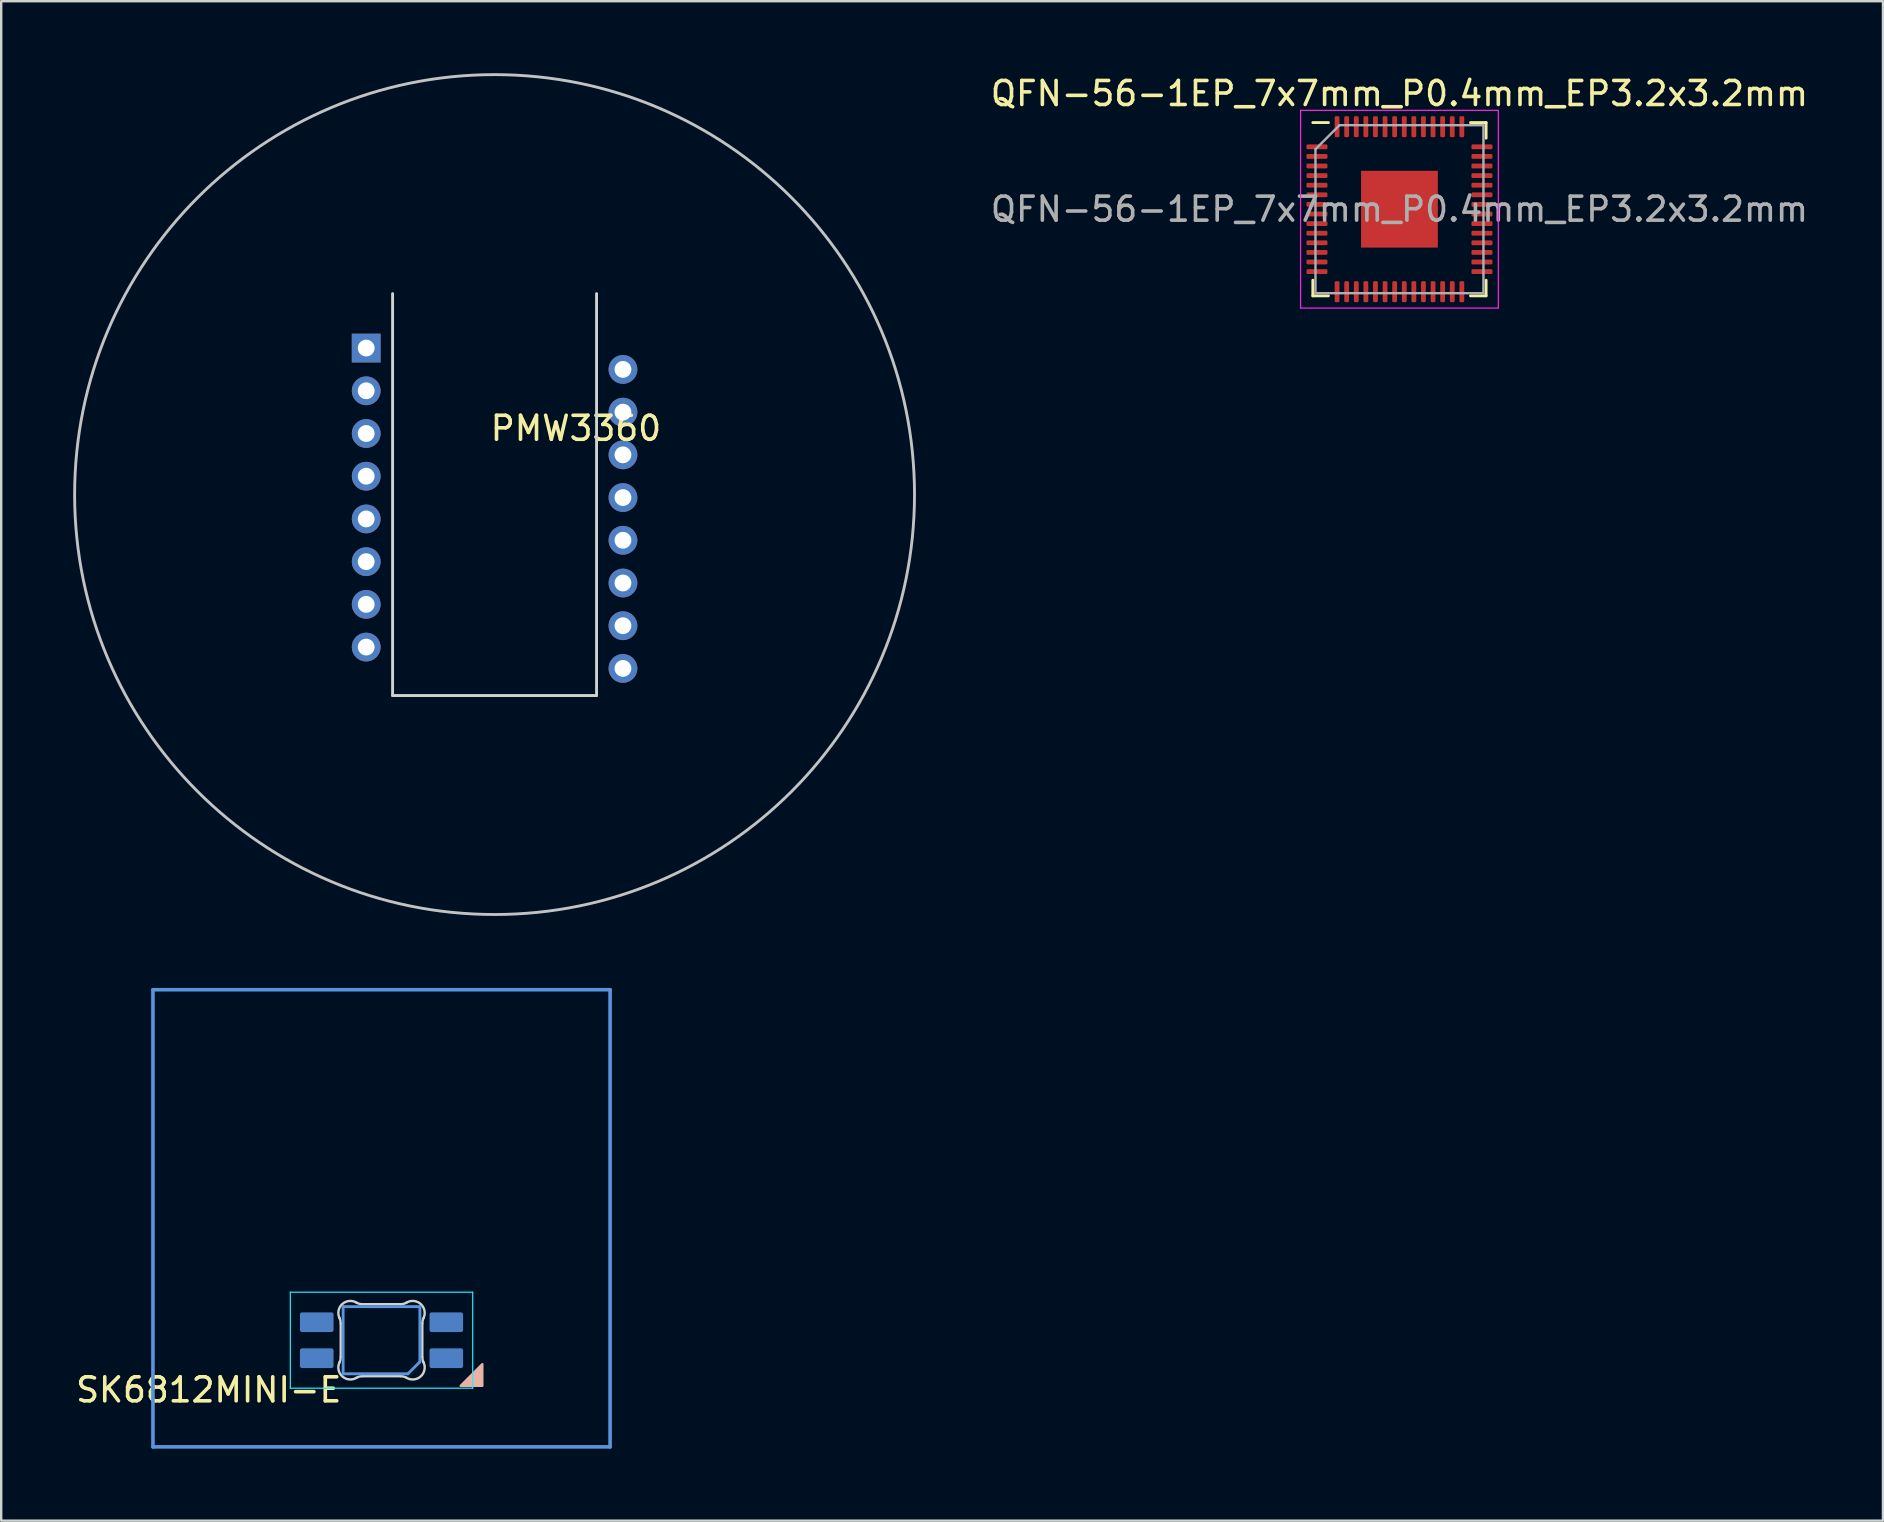
<source format=kicad_pcb>
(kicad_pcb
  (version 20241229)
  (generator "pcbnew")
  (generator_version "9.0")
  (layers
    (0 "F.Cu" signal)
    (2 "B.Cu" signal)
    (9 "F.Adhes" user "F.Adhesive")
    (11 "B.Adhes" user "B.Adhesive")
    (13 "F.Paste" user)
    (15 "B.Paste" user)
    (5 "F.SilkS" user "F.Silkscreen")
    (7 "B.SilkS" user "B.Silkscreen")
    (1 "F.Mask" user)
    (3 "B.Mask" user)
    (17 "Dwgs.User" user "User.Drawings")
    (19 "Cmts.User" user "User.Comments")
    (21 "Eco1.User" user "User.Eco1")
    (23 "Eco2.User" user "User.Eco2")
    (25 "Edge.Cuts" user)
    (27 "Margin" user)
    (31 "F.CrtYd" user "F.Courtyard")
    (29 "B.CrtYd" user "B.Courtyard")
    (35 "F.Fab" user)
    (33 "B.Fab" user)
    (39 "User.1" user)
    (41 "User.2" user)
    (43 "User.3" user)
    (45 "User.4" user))
  (footprint "SK6812MINI-E"
    (layer "F.Cu")
    (at 12.849 47.72)
    (property "Reference" "SK6812MINI-E" (at -7.2 7.15 0) (layer "F.SilkS") (effects (font (size 1 1) (thickness 0.15))))
    (attr through_hole)
    (fp_poly (pts (xy 4.2 6.08) (xy 3.3 6.98) (xy 4.2 6.98)) (stroke (width 0.1) (type solid)) (fill yes) (layer "B.SilkS"))
    (fp_line (start -9.525 -9.525) (end 9.525 -9.525) (stroke (width 0.15) (type solid)) (layer "Cmts.User"))
    (fp_line (start -9.525 9.525) (end -9.525 -9.525) (stroke (width 0.15) (type solid)) (layer "Cmts.User"))
    (fp_line (start -1.6 3.68) (end -1.6 6.48) (stroke (width 0.12) (type solid)) (layer "Cmts.User"))
    (fp_line (start -1.6 6.48) (end 1.1 6.48) (stroke (width 0.12) (type solid)) (layer "Cmts.User"))
    (fp_line (start 1.6 3.68) (end -1.6 3.68) (stroke (width 0.12) (type solid)) (layer "Cmts.User"))
    (fp_line (start 1.6 5.98) (end 1.1 6.48) (stroke (width 0.12) (type solid)) (layer "Cmts.User"))
    (fp_line (start 1.6 5.98) (end 1.6 3.68) (stroke (width 0.12) (type solid)) (layer "Cmts.User"))
    (fp_line (start 9.525 -9.525) (end 9.525 9.525) (stroke (width 0.15) (type solid)) (layer "Cmts.User"))
    (fp_line (start 9.525 9.525) (end -9.525 9.525) (stroke (width 0.15) (type solid)) (layer "Cmts.User"))
    (fp_line (start -1.7 5.783) (end -1.7 4.377) (stroke (width 0.1) (type solid)) (layer "Edge.Cuts"))
    (fp_line (start -0.794 3.58) (end 0.794 3.58) (stroke (width 0.1) (type solid)) (layer "Edge.Cuts"))
    (fp_line (start 0.794 6.58) (end -0.794 6.58) (stroke (width 0.1) (type solid)) (layer "Edge.Cuts"))
    (fp_line (start 1.7 4.377) (end 1.7 5.783) (stroke (width 0.1) (type solid)) (layer "Edge.Cuts"))
    (fp_arc (start -1.749484 4.160279) (mid -1.712527 4.265931) (end -1.699999 4.377157) (stroke (width 0.1) (type solid)) (layer "Edge.Cuts"))
    (fp_arc (start -1.749484 4.160279) (mid -1.638071 3.575964) (end -1.046711 3.5117) (stroke (width 0.1) (type solid)) (layer "Edge.Cuts"))
    (fp_arc (start -1.699999 5.782842) (mid -1.712527 5.894067) (end -1.749484 5.999719) (stroke (width 0.1) (type solid)) (layer "Edge.Cuts"))
    (fp_arc (start -1.046711 6.648296) (mid -1.63807 6.584033) (end -1.749484 5.999719) (stroke (width 0.1) (type solid)) (layer "Edge.Cuts"))
    (fp_arc (start -1.04671 6.648298) (mid -0.925122 6.597376) (end -0.794452 6.579999) (stroke (width 0.1) (type solid)) (layer "Edge.Cuts"))
    (fp_arc (start -0.794453 3.579999) (mid -0.925123 3.562622) (end -1.046711 3.5117) (stroke (width 0.1) (type solid)) (layer "Edge.Cuts"))
    (fp_arc (start 0.794452 6.579999) (mid 0.925123 6.597376) (end 1.046711 6.648298) (stroke (width 0.1) (type solid)) (layer "Edge.Cuts"))
    (fp_arc (start 1.046711 3.511701) (mid 0.925123 3.562623) (end 0.794453 3.58) (stroke (width 0.1) (type solid)) (layer "Edge.Cuts"))
    (fp_arc (start 1.046711 3.511701) (mid 1.63807 3.575965) (end 1.749484 4.160279) (stroke (width 0.1) (type solid)) (layer "Edge.Cuts"))
    (fp_arc (start 1.699999 4.377156) (mid 1.712527 4.265931) (end 1.749484 4.160279) (stroke (width 0.1) (type solid)) (layer "Edge.Cuts"))
    (fp_arc (start 1.749484 5.999718) (mid 1.638072 6.584034) (end 1.046711 6.648298) (stroke (width 0.1) (type solid)) (layer "Edge.Cuts"))
    (fp_arc (start 1.749484 5.999719) (mid 1.712527 5.894067) (end 1.699999 5.782841) (stroke (width 0.1) (type solid)) (layer "Edge.Cuts"))
    (fp_line (start -3.8 3.08) (end -3.8 7.08) (stroke (width 0.05) (type solid)) (layer "B.CrtYd"))
    (fp_line (start -3.8 7.08) (end 3.8 7.08) (stroke (width 0.05) (type solid)) (layer "B.CrtYd"))
    (fp_line (start 3.8 3.08) (end -3.8 3.08) (stroke (width 0.05) (type solid)) (layer "B.CrtYd"))
    (fp_line (start 3.8 7.08) (end 3.8 3.08) (stroke (width 0.05) (type solid)) (layer "B.CrtYd"))
    (pad "1" smd roundrect (at -2.7 4.33 270) (size 0.82 1.4) (layers "B.Cu" "B.Mask" "B.Paste") (roundrect_rratio 0.1))
    (pad "2" smd roundrect (at -2.7 5.83 270) (size 0.82 1.4) (layers "B.Cu" "B.Mask" "B.Paste") (roundrect_rratio 0.1))
    (pad "3" smd roundrect (at 2.7 5.83 270) (size 0.82 1.4) (layers "B.Cu" "B.Mask" "B.Paste") (roundrect_rratio 0.1))
    (pad "4" smd roundrect (at 2.7 4.33 270) (size 0.82 1.4) (layers "B.Cu" "B.Mask" "B.Paste") (roundrect_rratio 0.1)))
  (footprint "PMW3360"
    (layer "F.Cu")
    (at 17.56 17.56)
    (property "Reference" "PMW3360" (at 3.39 -2.76 0) (layer "F.SilkS") (effects (font (size 1 1) (thickness 0.15))))
    (attr through_hole)
    (fp_circle (center 0 0) (end 17.5 0) (stroke (width 0.12) (type solid)) (fill no) (layer "Dwgs.User"))
    (fp_line (start -4.25 -8.375) (end 4.25 -8.375) (stroke (width 0.12) (type solid)) (layer "Eco2.User"))
    (fp_line (start -4.25 -8.375) (end -4.25 8.375) (stroke (width 0.12) (type solid)) (layer "Edge.Cuts"))
    (fp_line (start -4.25 8.375) (end 4.25 8.375) (stroke (width 0.12) (type solid)) (layer "Edge.Cuts"))
    (fp_line (start 4.25 -8.375) (end 4.25 8.375) (stroke (width 0.12) (type solid)) (layer "Edge.Cuts"))
    (pad "1" thru_hole rect (at -5.35 -6.105) (size 1.2 1.2) (drill 0.7) (layers "*.Cu" "*.Mask"))
    (pad "2" thru_hole circle (at -5.35 -4.325) (size 1.2 1.2) (drill 0.7) (layers "*.Cu" "*.Mask"))
    (pad "3" thru_hole circle (at -5.35 -2.545) (size 1.2 1.2) (drill 0.7) (layers "*.Cu" "*.Mask"))
    (pad "4" thru_hole circle (at -5.35 -0.765) (size 1.2 1.2) (drill 0.7) (layers "*.Cu" "*.Mask"))
    (pad "5" thru_hole circle (at -5.35 1.015) (size 1.2 1.2) (drill 0.7) (layers "*.Cu" "*.Mask"))
    (pad "6" thru_hole circle (at -5.35 2.795) (size 1.2 1.2) (drill 0.7) (layers "*.Cu" "*.Mask"))
    (pad "7" thru_hole circle (at -5.35 4.575) (size 1.2 1.2) (drill 0.7) (layers "*.Cu" "*.Mask"))
    (pad "8" thru_hole circle (at -5.35 6.355) (size 1.2 1.2) (drill 0.7) (layers "*.Cu" "*.Mask"))
    (pad "9" thru_hole circle (at 5.35 7.245) (size 1.2 1.2) (drill 0.7) (layers "*.Cu" "*.Mask"))
    (pad "10" thru_hole circle (at 5.35 5.465) (size 1.2 1.2) (drill 0.7) (layers "*.Cu" "*.Mask"))
    (pad "11" thru_hole circle (at 5.35 3.685) (size 1.2 1.2) (drill 0.7) (layers "*.Cu" "*.Mask"))
    (pad "12" thru_hole circle (at 5.35 1.905) (size 1.2 1.2) (drill 0.7) (layers "*.Cu" "*.Mask"))
    (pad "13" thru_hole circle (at 5.35 0.125) (size 1.2 1.2) (drill 0.7) (layers "*.Cu" "*.Mask"))
    (pad "14" thru_hole circle (at 5.35 -1.655) (size 1.2 1.2) (drill 0.7) (layers "*.Cu" "*.Mask"))
    (pad "15" thru_hole circle (at 5.35 -3.435) (size 1.2 1.2) (drill 0.7) (layers "*.Cu" "*.Mask"))
    (pad "16" thru_hole circle (at 5.35 -5.215) (size 1.2 1.2) (drill 0.7) (layers "*.Cu" "*.Mask")))
  (footprint "QFN-56-1EP_7x7mm_P0.4mm_EP3.2x3.2mm"
    (layer "F.Cu")
    (at 55.269 5.668)
    (property "Reference" "QFN-56-1EP_7x7mm_P0.4mm_EP3.2x3.2mm" (at 0 -4.82 0) (layer "F.SilkS") (effects (font (size 1 1) (thickness 0.15))))
    (attr smd)
    (fp_line (start -3.61 3.61) (end -3.61 2.96) (stroke (width 0.12) (type solid)) (layer "F.SilkS"))
    (fp_line (start -2.96 -3.61) (end -3.61 -3.61) (stroke (width 0.12) (type solid)) (layer "F.SilkS"))
    (fp_line (start -2.96 3.61) (end -3.61 3.61) (stroke (width 0.12) (type solid)) (layer "F.SilkS"))
    (fp_line (start 2.96 -3.61) (end 3.61 -3.61) (stroke (width 0.12) (type solid)) (layer "F.SilkS"))
    (fp_line (start 2.96 3.61) (end 3.61 3.61) (stroke (width 0.12) (type solid)) (layer "F.SilkS"))
    (fp_line (start 3.61 -3.61) (end 3.61 -2.96) (stroke (width 0.12) (type solid)) (layer "F.SilkS"))
    (fp_line (start 3.61 3.61) (end 3.61 2.96) (stroke (width 0.12) (type solid)) (layer "F.SilkS"))
    (fp_line (start -4.12 -4.12) (end -4.12 4.12) (stroke (width 0.05) (type solid)) (layer "F.CrtYd"))
    (fp_line (start -4.12 4.12) (end 4.12 4.12) (stroke (width 0.05) (type solid)) (layer "F.CrtYd"))
    (fp_line (start 4.12 -4.12) (end -4.12 -4.12) (stroke (width 0.05) (type solid)) (layer "F.CrtYd"))
    (fp_line (start 4.12 4.12) (end 4.12 -4.12) (stroke (width 0.05) (type solid)) (layer "F.CrtYd"))
    (fp_line (start -3.5 -2.5) (end -2.5 -3.5) (stroke (width 0.1) (type solid)) (layer "F.Fab"))
    (fp_line (start -3.5 3.5) (end -3.5 -2.5) (stroke (width 0.1) (type solid)) (layer "F.Fab"))
    (fp_line (start -2.5 -3.5) (end 3.5 -3.5) (stroke (width 0.1) (type solid)) (layer "F.Fab"))
    (fp_line (start 3.5 -3.5) (end 3.5 3.5) (stroke (width 0.1) (type solid)) (layer "F.Fab"))
    (fp_line (start 3.5 3.5) (end -3.5 3.5) (stroke (width 0.1) (type solid)) (layer "F.Fab"))
    (fp_text user "${REFERENCE}" (at 0 0 0) (layer "F.Fab") (effects (font (size 1 1) (thickness 0.15))))
    (pad "" smd roundrect (at -0.8 -0.8) (size 1.29 1.29) (layers "F.Paste") (roundrect_rratio 0.194))
    (pad "" smd roundrect (at -0.8 0.8) (size 1.29 1.29) (layers "F.Paste") (roundrect_rratio 0.194))
    (pad "" smd roundrect (at 0.8 -0.8) (size 1.29 1.29) (layers "F.Paste") (roundrect_rratio 0.194))
    (pad "" smd roundrect (at 0.8 0.8) (size 1.29 1.29) (layers "F.Paste") (roundrect_rratio 0.194))
    (pad "1" smd roundrect (at -3.438 -2.6) (size 0.875 0.2) (layers "F.Cu" "F.Mask" "F.Paste") (roundrect_rratio 0.25))
    (pad "2" smd roundrect (at -3.438 -2.2) (size 0.875 0.2) (layers "F.Cu" "F.Mask" "F.Paste") (roundrect_rratio 0.25))
    (pad "3" smd roundrect (at -3.438 -1.8) (size 0.875 0.2) (layers "F.Cu" "F.Mask" "F.Paste") (roundrect_rratio 0.25))
    (pad "4" smd roundrect (at -3.438 -1.4) (size 0.875 0.2) (layers "F.Cu" "F.Mask" "F.Paste") (roundrect_rratio 0.25))
    (pad "5" smd roundrect (at -3.438 -1) (size 0.875 0.2) (layers "F.Cu" "F.Mask" "F.Paste") (roundrect_rratio 0.25))
    (pad "6" smd roundrect (at -3.438 -0.6) (size 0.875 0.2) (layers "F.Cu" "F.Mask" "F.Paste") (roundrect_rratio 0.25))
    (pad "7" smd roundrect (at -3.438 -0.2) (size 0.875 0.2) (layers "F.Cu" "F.Mask" "F.Paste") (roundrect_rratio 0.25))
    (pad "8" smd roundrect (at -3.438 0.2) (size 0.875 0.2) (layers "F.Cu" "F.Mask" "F.Paste") (roundrect_rratio 0.25))
    (pad "9" smd roundrect (at -3.438 0.6) (size 0.875 0.2) (layers "F.Cu" "F.Mask" "F.Paste") (roundrect_rratio 0.25))
    (pad "10" smd roundrect (at -3.438 1) (size 0.875 0.2) (layers "F.Cu" "F.Mask" "F.Paste") (roundrect_rratio 0.25))
    (pad "11" smd roundrect (at -3.438 1.4) (size 0.875 0.2) (layers "F.Cu" "F.Mask" "F.Paste") (roundrect_rratio 0.25))
    (pad "12" smd roundrect (at -3.438 1.8) (size 0.875 0.2) (layers "F.Cu" "F.Mask" "F.Paste") (roundrect_rratio 0.25))
    (pad "13" smd roundrect (at -3.438 2.2) (size 0.875 0.2) (layers "F.Cu" "F.Mask" "F.Paste") (roundrect_rratio 0.25))
    (pad "14" smd roundrect (at -3.438 2.6) (size 0.875 0.2) (layers "F.Cu" "F.Mask" "F.Paste") (roundrect_rratio 0.25))
    (pad "15" smd roundrect (at -2.6 3.438) (size 0.2 0.875) (layers "F.Cu" "F.Mask" "F.Paste") (roundrect_rratio 0.25))
    (pad "16" smd roundrect (at -2.2 3.438) (size 0.2 0.875) (layers "F.Cu" "F.Mask" "F.Paste") (roundrect_rratio 0.25))
    (pad "17" smd roundrect (at -1.8 3.438) (size 0.2 0.875) (layers "F.Cu" "F.Mask" "F.Paste") (roundrect_rratio 0.25))
    (pad "18" smd roundrect (at -1.4 3.438) (size 0.2 0.875) (layers "F.Cu" "F.Mask" "F.Paste") (roundrect_rratio 0.25))
    (pad "19" smd roundrect (at -1 3.438) (size 0.2 0.875) (layers "F.Cu" "F.Mask" "F.Paste") (roundrect_rratio 0.25))
    (pad "20" smd roundrect (at -0.6 3.438) (size 0.2 0.875) (layers "F.Cu" "F.Mask" "F.Paste") (roundrect_rratio 0.25))
    (pad "21" smd roundrect (at -0.2 3.438) (size 0.2 0.875) (layers "F.Cu" "F.Mask" "F.Paste") (roundrect_rratio 0.25))
    (pad "22" smd roundrect (at 0.2 3.438) (size 0.2 0.875) (layers "F.Cu" "F.Mask" "F.Paste") (roundrect_rratio 0.25))
    (pad "23" smd roundrect (at 0.6 3.438) (size 0.2 0.875) (layers "F.Cu" "F.Mask" "F.Paste") (roundrect_rratio 0.25))
    (pad "24" smd roundrect (at 1 3.438) (size 0.2 0.875) (layers "F.Cu" "F.Mask" "F.Paste") (roundrect_rratio 0.25))
    (pad "25" smd roundrect (at 1.4 3.438) (size 0.2 0.875) (layers "F.Cu" "F.Mask" "F.Paste") (roundrect_rratio 0.25))
    (pad "26" smd roundrect (at 1.8 3.438) (size 0.2 0.875) (layers "F.Cu" "F.Mask" "F.Paste") (roundrect_rratio 0.25))
    (pad "27" smd roundrect (at 2.2 3.438) (size 0.2 0.875) (layers "F.Cu" "F.Mask" "F.Paste") (roundrect_rratio 0.25))
    (pad "28" smd roundrect (at 2.6 3.438) (size 0.2 0.875) (layers "F.Cu" "F.Mask" "F.Paste") (roundrect_rratio 0.25))
    (pad "29" smd roundrect (at 3.438 2.6) (size 0.875 0.2) (layers "F.Cu" "F.Mask" "F.Paste") (roundrect_rratio 0.25))
    (pad "30" smd roundrect (at 3.438 2.2) (size 0.875 0.2) (layers "F.Cu" "F.Mask" "F.Paste") (roundrect_rratio 0.25))
    (pad "31" smd roundrect (at 3.438 1.8) (size 0.875 0.2) (layers "F.Cu" "F.Mask" "F.Paste") (roundrect_rratio 0.25))
    (pad "32" smd roundrect (at 3.438 1.4) (size 0.875 0.2) (layers "F.Cu" "F.Mask" "F.Paste") (roundrect_rratio 0.25))
    (pad "33" smd roundrect (at 3.438 1) (size 0.875 0.2) (layers "F.Cu" "F.Mask" "F.Paste") (roundrect_rratio 0.25))
    (pad "34" smd roundrect (at 3.438 0.6) (size 0.875 0.2) (layers "F.Cu" "F.Mask" "F.Paste") (roundrect_rratio 0.25))
    (pad "35" smd roundrect (at 3.438 0.2) (size 0.875 0.2) (layers "F.Cu" "F.Mask" "F.Paste") (roundrect_rratio 0.25))
    (pad "36" smd roundrect (at 3.438 -0.2) (size 0.875 0.2) (layers "F.Cu" "F.Mask" "F.Paste") (roundrect_rratio 0.25))
    (pad "37" smd roundrect (at 3.438 -0.6) (size 0.875 0.2) (layers "F.Cu" "F.Mask" "F.Paste") (roundrect_rratio 0.25))
    (pad "38" smd roundrect (at 3.438 -1) (size 0.875 0.2) (layers "F.Cu" "F.Mask" "F.Paste") (roundrect_rratio 0.25))
    (pad "39" smd roundrect (at 3.438 -1.4) (size 0.875 0.2) (layers "F.Cu" "F.Mask" "F.Paste") (roundrect_rratio 0.25))
    (pad "40" smd roundrect (at 3.438 -1.8) (size 0.875 0.2) (layers "F.Cu" "F.Mask" "F.Paste") (roundrect_rratio 0.25))
    (pad "41" smd roundrect (at 3.438 -2.2) (size 0.875 0.2) (layers "F.Cu" "F.Mask" "F.Paste") (roundrect_rratio 0.25))
    (pad "42" smd roundrect (at 3.438 -2.6) (size 0.875 0.2) (layers "F.Cu" "F.Mask" "F.Paste") (roundrect_rratio 0.25))
    (pad "43" smd roundrect (at 2.6 -3.438) (size 0.2 0.875) (layers "F.Cu" "F.Mask" "F.Paste") (roundrect_rratio 0.25))
    (pad "44" smd roundrect (at 2.2 -3.438) (size 0.2 0.875) (layers "F.Cu" "F.Mask" "F.Paste") (roundrect_rratio 0.25))
    (pad "45" smd roundrect (at 1.8 -3.438) (size 0.2 0.875) (layers "F.Cu" "F.Mask" "F.Paste") (roundrect_rratio 0.25))
    (pad "46" smd roundrect (at 1.4 -3.438) (size 0.2 0.875) (layers "F.Cu" "F.Mask" "F.Paste") (roundrect_rratio 0.25))
    (pad "47" smd roundrect (at 1 -3.438) (size 0.2 0.875) (layers "F.Cu" "F.Mask" "F.Paste") (roundrect_rratio 0.25))
    (pad "48" smd roundrect (at 0.6 -3.438) (size 0.2 0.875) (layers "F.Cu" "F.Mask" "F.Paste") (roundrect_rratio 0.25))
    (pad "49" smd roundrect (at 0.2 -3.438) (size 0.2 0.875) (layers "F.Cu" "F.Mask" "F.Paste") (roundrect_rratio 0.25))
    (pad "50" smd roundrect (at -0.2 -3.438) (size 0.2 0.875) (layers "F.Cu" "F.Mask" "F.Paste") (roundrect_rratio 0.25))
    (pad "51" smd roundrect (at -0.6 -3.438) (size 0.2 0.875) (layers "F.Cu" "F.Mask" "F.Paste") (roundrect_rratio 0.25))
    (pad "52" smd roundrect (at -1 -3.438) (size 0.2 0.875) (layers "F.Cu" "F.Mask" "F.Paste") (roundrect_rratio 0.25))
    (pad "53" smd roundrect (at -1.4 -3.438) (size 0.2 0.875) (layers "F.Cu" "F.Mask" "F.Paste") (roundrect_rratio 0.25))
    (pad "54" smd roundrect (at -1.8 -3.438) (size 0.2 0.875) (layers "F.Cu" "F.Mask" "F.Paste") (roundrect_rratio 0.25))
    (pad "55" smd roundrect (at -2.2 -3.438) (size 0.2 0.875) (layers "F.Cu" "F.Mask" "F.Paste") (roundrect_rratio 0.25))
    (pad "56" smd roundrect (at -2.6 -3.438) (size 0.2 0.875) (layers "F.Cu" "F.Mask" "F.Paste") (roundrect_rratio 0.25))
    (pad "57" smd rect (at 0 0) (size 3.2 3.2) (layers "F.Cu" "F.Mask")))
  (gr_rect
    (start -3 -3)
    (end 75.418 60.32)
    (stroke (width 0.1) (type default))
    (fill no)
    (layer "Edge.Cuts")))
</source>
